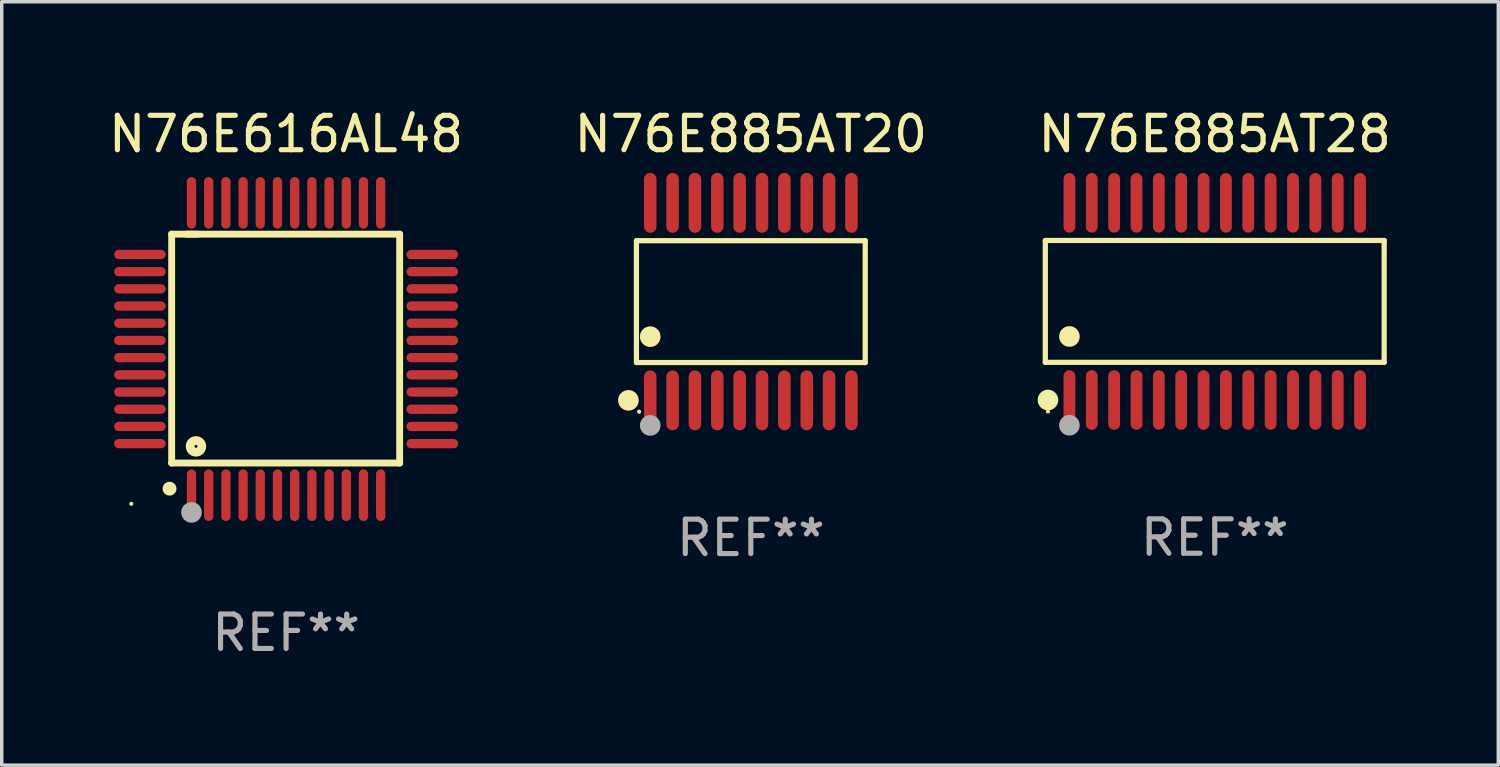
<source format=kicad_pcb>
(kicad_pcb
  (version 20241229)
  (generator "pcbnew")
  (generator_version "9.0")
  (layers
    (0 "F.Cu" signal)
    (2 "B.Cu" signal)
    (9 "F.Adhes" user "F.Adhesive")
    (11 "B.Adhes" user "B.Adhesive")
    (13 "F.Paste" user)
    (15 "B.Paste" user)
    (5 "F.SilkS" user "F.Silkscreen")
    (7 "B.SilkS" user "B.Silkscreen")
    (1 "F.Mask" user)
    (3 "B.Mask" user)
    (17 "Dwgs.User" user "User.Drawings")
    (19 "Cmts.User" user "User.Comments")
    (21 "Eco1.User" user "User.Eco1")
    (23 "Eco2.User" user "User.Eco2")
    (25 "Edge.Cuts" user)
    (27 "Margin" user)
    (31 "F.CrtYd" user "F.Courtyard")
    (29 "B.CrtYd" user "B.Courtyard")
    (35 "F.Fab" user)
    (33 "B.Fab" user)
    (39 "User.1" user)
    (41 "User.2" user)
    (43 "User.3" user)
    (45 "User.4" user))
  (footprint "N76E885AT28"
    (layer "F.Cu")
    (at 32.268 5.714)
    (property "Reference" "N76E885AT28" (at 0 -4.866 0) (layer "F.SilkS") (effects (font (size 1 1) (thickness 0.15))))
    (attr through_hole)
    (fp_line (start -4.926 -1.772) (end 4.926 -1.772) (stroke (width 0.152) (type solid)) (layer "F.SilkS"))
    (fp_line (start -4.926 1.771) (end -4.926 -1.772) (stroke (width 0.152) (type solid)) (layer "F.SilkS"))
    (fp_line (start 4.926 -1.772) (end 4.926 1.771) (stroke (width 0.152) (type solid)) (layer "F.SilkS"))
    (fp_line (start 4.926 1.771) (end -4.926 1.771) (stroke (width 0.152) (type solid)) (layer "F.SilkS"))
    (fp_circle (center -4.85 3.2) (end -4.82 3.2) (stroke (width 0.06) (type solid)) (fill no) (layer "F.SilkS"))
    (fp_circle (center -4.849 2.866) (end -4.699 2.866) (stroke (width 0.3) (type solid)) (fill no) (layer "F.SilkS"))
    (fp_circle (center -4.225 1.019) (end -4.075 1.019) (stroke (width 0.3) (type solid)) (fill no) (layer "F.SilkS"))
    (fp_circle (center -4.225 3.6) (end -4.075 3.6) (stroke (width 0.3) (type solid)) (fill no) (layer "F.Fab"))
    (fp_text user "REF**" (at 0 6.866 0) (layer "F.Fab") (effects (font (size 1 1) (thickness 0.15))))
    (pad "1" smd oval (at -4.225 2.866) (size 0.343 1.731) (layers "F.Cu" "F.Mask" "F.Paste"))
    (pad "2" smd oval (at -3.575 2.866) (size 0.343 1.731) (layers "F.Cu" "F.Mask" "F.Paste"))
    (pad "3" smd oval (at -2.925 2.866) (size 0.343 1.731) (layers "F.Cu" "F.Mask" "F.Paste"))
    (pad "4" smd oval (at -2.275 2.866) (size 0.343 1.731) (layers "F.Cu" "F.Mask" "F.Paste"))
    (pad "5" smd oval (at -1.625 2.866) (size 0.343 1.731) (layers "F.Cu" "F.Mask" "F.Paste"))
    (pad "6" smd oval (at -0.975 2.866) (size 0.343 1.731) (layers "F.Cu" "F.Mask" "F.Paste"))
    (pad "7" smd oval (at -0.325 2.866) (size 0.343 1.731) (layers "F.Cu" "F.Mask" "F.Paste"))
    (pad "8" smd oval (at 0.325 2.866) (size 0.343 1.731) (layers "F.Cu" "F.Mask" "F.Paste"))
    (pad "9" smd oval (at 0.975 2.866) (size 0.343 1.731) (layers "F.Cu" "F.Mask" "F.Paste"))
    (pad "10" smd oval (at 1.625 2.866) (size 0.343 1.731) (layers "F.Cu" "F.Mask" "F.Paste"))
    (pad "11" smd oval (at 2.275 2.866) (size 0.343 1.731) (layers "F.Cu" "F.Mask" "F.Paste"))
    (pad "12" smd oval (at 2.925 2.866) (size 0.343 1.731) (layers "F.Cu" "F.Mask" "F.Paste"))
    (pad "13" smd oval (at 3.575 2.866) (size 0.343 1.731) (layers "F.Cu" "F.Mask" "F.Paste"))
    (pad "14" smd oval (at 4.225 2.866) (size 0.343 1.731) (layers "F.Cu" "F.Mask" "F.Paste"))
    (pad "15" smd oval (at 4.225 -2.866) (size 0.343 1.731) (layers "F.Cu" "F.Mask" "F.Paste"))
    (pad "16" smd oval (at 3.575 -2.866) (size 0.343 1.731) (layers "F.Cu" "F.Mask" "F.Paste"))
    (pad "17" smd oval (at 2.925 -2.866) (size 0.343 1.731) (layers "F.Cu" "F.Mask" "F.Paste"))
    (pad "18" smd oval (at 2.275 -2.866) (size 0.343 1.731) (layers "F.Cu" "F.Mask" "F.Paste"))
    (pad "19" smd oval (at 1.625 -2.866) (size 0.343 1.731) (layers "F.Cu" "F.Mask" "F.Paste"))
    (pad "20" smd oval (at 0.975 -2.866) (size 0.343 1.731) (layers "F.Cu" "F.Mask" "F.Paste"))
    (pad "21" smd oval (at 0.325 -2.866) (size 0.343 1.731) (layers "F.Cu" "F.Mask" "F.Paste"))
    (pad "22" smd oval (at -0.325 -2.866) (size 0.343 1.731) (layers "F.Cu" "F.Mask" "F.Paste"))
    (pad "23" smd oval (at -0.975 -2.866) (size 0.343 1.731) (layers "F.Cu" "F.Mask" "F.Paste"))
    (pad "24" smd oval (at -1.625 -2.866) (size 0.343 1.731) (layers "F.Cu" "F.Mask" "F.Paste"))
    (pad "25" smd oval (at -2.275 -2.866) (size 0.343 1.731) (layers "F.Cu" "F.Mask" "F.Paste"))
    (pad "26" smd oval (at -2.925 -2.866) (size 0.343 1.731) (layers "F.Cu" "F.Mask" "F.Paste"))
    (pad "27" smd oval (at -3.575 -2.866) (size 0.343 1.731) (layers "F.Cu" "F.Mask" "F.Paste"))
    (pad "28" smd oval (at -4.225 -2.866) (size 0.343 1.731) (layers "F.Cu" "F.Mask" "F.Paste")))
  (footprint "N76E885AT20"
    (layer "F.Cu")
    (at 18.78 5.719)
    (property "Reference" "N76E885AT20" (at 0 -4.871 0) (layer "F.SilkS") (effects (font (size 1 1) (thickness 0.15))))
    (attr through_hole)
    (fp_line (start -3.326 -1.771) (end 3.326 -1.771) (stroke (width 0.152) (type solid)) (layer "F.SilkS"))
    (fp_line (start -3.326 1.771) (end -3.326 -1.771) (stroke (width 0.152) (type solid)) (layer "F.SilkS"))
    (fp_line (start 3.326 -1.771) (end 3.326 1.771) (stroke (width 0.152) (type solid)) (layer "F.SilkS"))
    (fp_line (start 3.326 1.771) (end -3.326 1.771) (stroke (width 0.152) (type solid)) (layer "F.SilkS"))
    (fp_circle (center -3.559 2.871) (end -3.409 2.871) (stroke (width 0.3) (type solid)) (fill no) (layer "F.SilkS"))
    (fp_circle (center -3.25 3.2) (end -3.22 3.2) (stroke (width 0.06) (type solid)) (fill no) (layer "F.SilkS"))
    (fp_circle (center -2.925 1.019) (end -2.775 1.019) (stroke (width 0.3) (type solid)) (fill no) (layer "F.SilkS"))
    (fp_circle (center -2.925 3.6) (end -2.775 3.6) (stroke (width 0.3) (type solid)) (fill no) (layer "F.Fab"))
    (fp_text user "REF**" (at 0 6.871 0) (layer "F.Fab") (effects (font (size 1 1) (thickness 0.15))))
    (pad "1" smd oval (at -2.925 2.871) (size 0.364 1.742) (layers "F.Cu" "F.Mask" "F.Paste"))
    (pad "2" smd oval (at -2.275 2.871) (size 0.364 1.742) (layers "F.Cu" "F.Mask" "F.Paste"))
    (pad "3" smd oval (at -1.625 2.871) (size 0.364 1.742) (layers "F.Cu" "F.Mask" "F.Paste"))
    (pad "4" smd oval (at -0.975 2.871) (size 0.364 1.742) (layers "F.Cu" "F.Mask" "F.Paste"))
    (pad "5" smd oval (at -0.325 2.871) (size 0.364 1.742) (layers "F.Cu" "F.Mask" "F.Paste"))
    (pad "6" smd oval (at 0.325 2.871) (size 0.364 1.742) (layers "F.Cu" "F.Mask" "F.Paste"))
    (pad "7" smd oval (at 0.975 2.871) (size 0.364 1.742) (layers "F.Cu" "F.Mask" "F.Paste"))
    (pad "8" smd oval (at 1.625 2.871) (size 0.364 1.742) (layers "F.Cu" "F.Mask" "F.Paste"))
    (pad "9" smd oval (at 2.275 2.871) (size 0.364 1.742) (layers "F.Cu" "F.Mask" "F.Paste"))
    (pad "10" smd oval (at 2.925 2.871) (size 0.364 1.742) (layers "F.Cu" "F.Mask" "F.Paste"))
    (pad "11" smd oval (at 2.925 -2.871) (size 0.364 1.742) (layers "F.Cu" "F.Mask" "F.Paste"))
    (pad "12" smd oval (at 2.275 -2.871) (size 0.364 1.742) (layers "F.Cu" "F.Mask" "F.Paste"))
    (pad "13" smd oval (at 1.625 -2.871) (size 0.364 1.742) (layers "F.Cu" "F.Mask" "F.Paste"))
    (pad "14" smd oval (at 0.975 -2.871) (size 0.364 1.742) (layers "F.Cu" "F.Mask" "F.Paste"))
    (pad "15" smd oval (at 0.325 -2.871) (size 0.364 1.742) (layers "F.Cu" "F.Mask" "F.Paste"))
    (pad "16" smd oval (at -0.325 -2.871) (size 0.364 1.742) (layers "F.Cu" "F.Mask" "F.Paste"))
    (pad "17" smd oval (at -0.975 -2.871) (size 0.364 1.742) (layers "F.Cu" "F.Mask" "F.Paste"))
    (pad "18" smd oval (at -1.625 -2.871) (size 0.364 1.742) (layers "F.Cu" "F.Mask" "F.Paste"))
    (pad "19" smd oval (at -2.275 -2.871) (size 0.364 1.742) (layers "F.Cu" "F.Mask" "F.Paste"))
    (pad "20" smd oval (at -2.925 -2.871) (size 0.364 1.742) (layers "F.Cu" "F.Mask" "F.Paste")))
  (footprint "N76E616AL48"
    (layer "F.Cu")
    (at 5.268 7.098)
    (property "Reference" "N76E616AL48" (at 0 -6.25 0) (layer "F.SilkS") (effects (font (size 1 1) (thickness 0.15))))
    (attr through_hole)
    (fp_line (start -3.327 -3.34) (end -2.565 -3.34) (stroke (width 0.2) (type solid)) (layer "F.SilkS"))
    (fp_line (start -3.327 3.315) (end -3.327 -3.34) (stroke (width 0.2) (type solid)) (layer "F.SilkS"))
    (fp_line (start -2.896 -3.34) (end 3.302 -3.34) (stroke (width 0.2) (type solid)) (layer "F.SilkS"))
    (fp_line (start 3.302 -3.34) (end 3.302 3.315) (stroke (width 0.2) (type solid)) (layer "F.SilkS"))
    (fp_line (start 3.302 3.315) (end -3.327 3.315) (stroke (width 0.2) (type solid)) (layer "F.SilkS"))
    (fp_arc (start -3.389992 4.059995) (mid -3.388722 4.059991) (end -3.387452 4.059995) (stroke (width 0.4) (type solid)) (layer "F.SilkS"))
    (fp_circle (center -4.5 4.5) (end -4.47 4.5) (stroke (width 0.06) (type solid)) (fill no) (layer "F.SilkS"))
    (fp_circle (center -2.62 2.83) (end -2.45 2.83) (stroke (width 0.254) (type solid)) (fill no) (layer "F.SilkS"))
    (fp_circle (center -2.75 4.75) (end -2.6 4.75) (stroke (width 0.3) (type solid)) (fill no) (layer "F.Fab"))
    (fp_text user "REF**" (at 0 8.25 0) (layer "F.Fab") (effects (font (size 1 1) (thickness 0.15))))
    (pad "1" smd oval (at -2.75 4.25) (size 0.27 1.5) (layers "F.Cu" "F.Mask" "F.Paste"))
    (pad "2" smd oval (at -2.25 4.25) (size 0.27 1.5) (layers "F.Cu" "F.Mask" "F.Paste"))
    (pad "3" smd oval (at -1.75 4.25) (size 0.27 1.5) (layers "F.Cu" "F.Mask" "F.Paste"))
    (pad "4" smd oval (at -1.25 4.25) (size 0.27 1.5) (layers "F.Cu" "F.Mask" "F.Paste"))
    (pad "5" smd oval (at -0.75 4.25) (size 0.27 1.5) (layers "F.Cu" "F.Mask" "F.Paste"))
    (pad "6" smd oval (at -0.25 4.25) (size 0.27 1.5) (layers "F.Cu" "F.Mask" "F.Paste"))
    (pad "7" smd oval (at 0.25 4.25) (size 0.27 1.5) (layers "F.Cu" "F.Mask" "F.Paste"))
    (pad "8" smd oval (at 0.75 4.25) (size 0.27 1.5) (layers "F.Cu" "F.Mask" "F.Paste"))
    (pad "9" smd oval (at 1.25 4.25) (size 0.27 1.5) (layers "F.Cu" "F.Mask" "F.Paste"))
    (pad "10" smd oval (at 1.75 4.25) (size 0.27 1.5) (layers "F.Cu" "F.Mask" "F.Paste"))
    (pad "11" smd oval (at 2.25 4.25) (size 0.27 1.5) (layers "F.Cu" "F.Mask" "F.Paste"))
    (pad "12" smd oval (at 2.75 4.25) (size 0.27 1.5) (layers "F.Cu" "F.Mask" "F.Paste"))
    (pad "13" smd oval (at 4.25 2.75) (size 1.5 0.27) (layers "F.Cu" "F.Mask" "F.Paste"))
    (pad "14" smd oval (at 4.25 2.25) (size 1.5 0.27) (layers "F.Cu" "F.Mask" "F.Paste"))
    (pad "15" smd oval (at 4.25 1.75) (size 1.5 0.27) (layers "F.Cu" "F.Mask" "F.Paste"))
    (pad "16" smd oval (at 4.25 1.25) (size 1.5 0.27) (layers "F.Cu" "F.Mask" "F.Paste"))
    (pad "17" smd oval (at 4.25 0.75) (size 1.5 0.27) (layers "F.Cu" "F.Mask" "F.Paste"))
    (pad "18" smd oval (at 4.25 0.25) (size 1.5 0.27) (layers "F.Cu" "F.Mask" "F.Paste"))
    (pad "19" smd oval (at 4.25 -0.25) (size 1.5 0.27) (layers "F.Cu" "F.Mask" "F.Paste"))
    (pad "20" smd oval (at 4.25 -0.75) (size 1.5 0.27) (layers "F.Cu" "F.Mask" "F.Paste"))
    (pad "21" smd oval (at 4.25 -1.25) (size 1.5 0.27) (layers "F.Cu" "F.Mask" "F.Paste"))
    (pad "22" smd oval (at 4.25 -1.75) (size 1.5 0.27) (layers "F.Cu" "F.Mask" "F.Paste"))
    (pad "23" smd oval (at 4.25 -2.25) (size 1.5 0.27) (layers "F.Cu" "F.Mask" "F.Paste"))
    (pad "24" smd oval (at 4.25 -2.75) (size 1.5 0.27) (layers "F.Cu" "F.Mask" "F.Paste"))
    (pad "25" smd oval (at 2.75 -4.25) (size 0.27 1.5) (layers "F.Cu" "F.Mask" "F.Paste"))
    (pad "26" smd oval (at 2.25 -4.25) (size 0.27 1.5) (layers "F.Cu" "F.Mask" "F.Paste"))
    (pad "27" smd oval (at 1.75 -4.25) (size 0.27 1.5) (layers "F.Cu" "F.Mask" "F.Paste"))
    (pad "28" smd oval (at 1.25 -4.25) (size 0.27 1.5) (layers "F.Cu" "F.Mask" "F.Paste"))
    (pad "29" smd oval (at 0.75 -4.25) (size 0.27 1.5) (layers "F.Cu" "F.Mask" "F.Paste"))
    (pad "30" smd oval (at 0.25 -4.25) (size 0.27 1.5) (layers "F.Cu" "F.Mask" "F.Paste"))
    (pad "31" smd oval (at -0.25 -4.25) (size 0.27 1.5) (layers "F.Cu" "F.Mask" "F.Paste"))
    (pad "32" smd oval (at -0.75 -4.25) (size 0.27 1.5) (layers "F.Cu" "F.Mask" "F.Paste"))
    (pad "33" smd oval (at -1.25 -4.25) (size 0.27 1.5) (layers "F.Cu" "F.Mask" "F.Paste"))
    (pad "34" smd oval (at -1.75 -4.25) (size 0.27 1.5) (layers "F.Cu" "F.Mask" "F.Paste"))
    (pad "35" smd oval (at -2.25 -4.25) (size 0.27 1.5) (layers "F.Cu" "F.Mask" "F.Paste"))
    (pad "36" smd oval (at -2.75 -4.25) (size 0.27 1.5) (layers "F.Cu" "F.Mask" "F.Paste"))
    (pad "37" smd oval (at -4.25 -2.75) (size 1.5 0.27) (layers "F.Cu" "F.Mask" "F.Paste"))
    (pad "38" smd oval (at -4.25 -2.25) (size 1.5 0.27) (layers "F.Cu" "F.Mask" "F.Paste"))
    (pad "39" smd oval (at -4.25 -1.75) (size 1.5 0.27) (layers "F.Cu" "F.Mask" "F.Paste"))
    (pad "40" smd oval (at -4.25 -1.25) (size 1.5 0.27) (layers "F.Cu" "F.Mask" "F.Paste"))
    (pad "41" smd oval (at -4.25 -0.75) (size 1.5 0.27) (layers "F.Cu" "F.Mask" "F.Paste"))
    (pad "42" smd oval (at -4.25 -0.25) (size 1.5 0.27) (layers "F.Cu" "F.Mask" "F.Paste"))
    (pad "43" smd oval (at -4.25 0.25) (size 1.5 0.27) (layers "F.Cu" "F.Mask" "F.Paste"))
    (pad "44" smd oval (at -4.25 0.75) (size 1.5 0.27) (layers "F.Cu" "F.Mask" "F.Paste"))
    (pad "45" smd oval (at -4.25 1.25) (size 1.5 0.27) (layers "F.Cu" "F.Mask" "F.Paste"))
    (pad "46" smd oval (at -4.25 1.75) (size 1.5 0.27) (layers "F.Cu" "F.Mask" "F.Paste"))
    (pad "47" smd oval (at -4.25 2.25) (size 1.5 0.27) (layers "F.Cu" "F.Mask" "F.Paste"))
    (pad "48" smd oval (at -4.25 2.75) (size 1.5 0.27) (layers "F.Cu" "F.Mask" "F.Paste")))
  (gr_rect
    (start -3 -3)
    (end 40.512 19.196)
    (stroke (width 0.1) (type default))
    (fill no)
    (layer "Edge.Cuts")))
</source>
